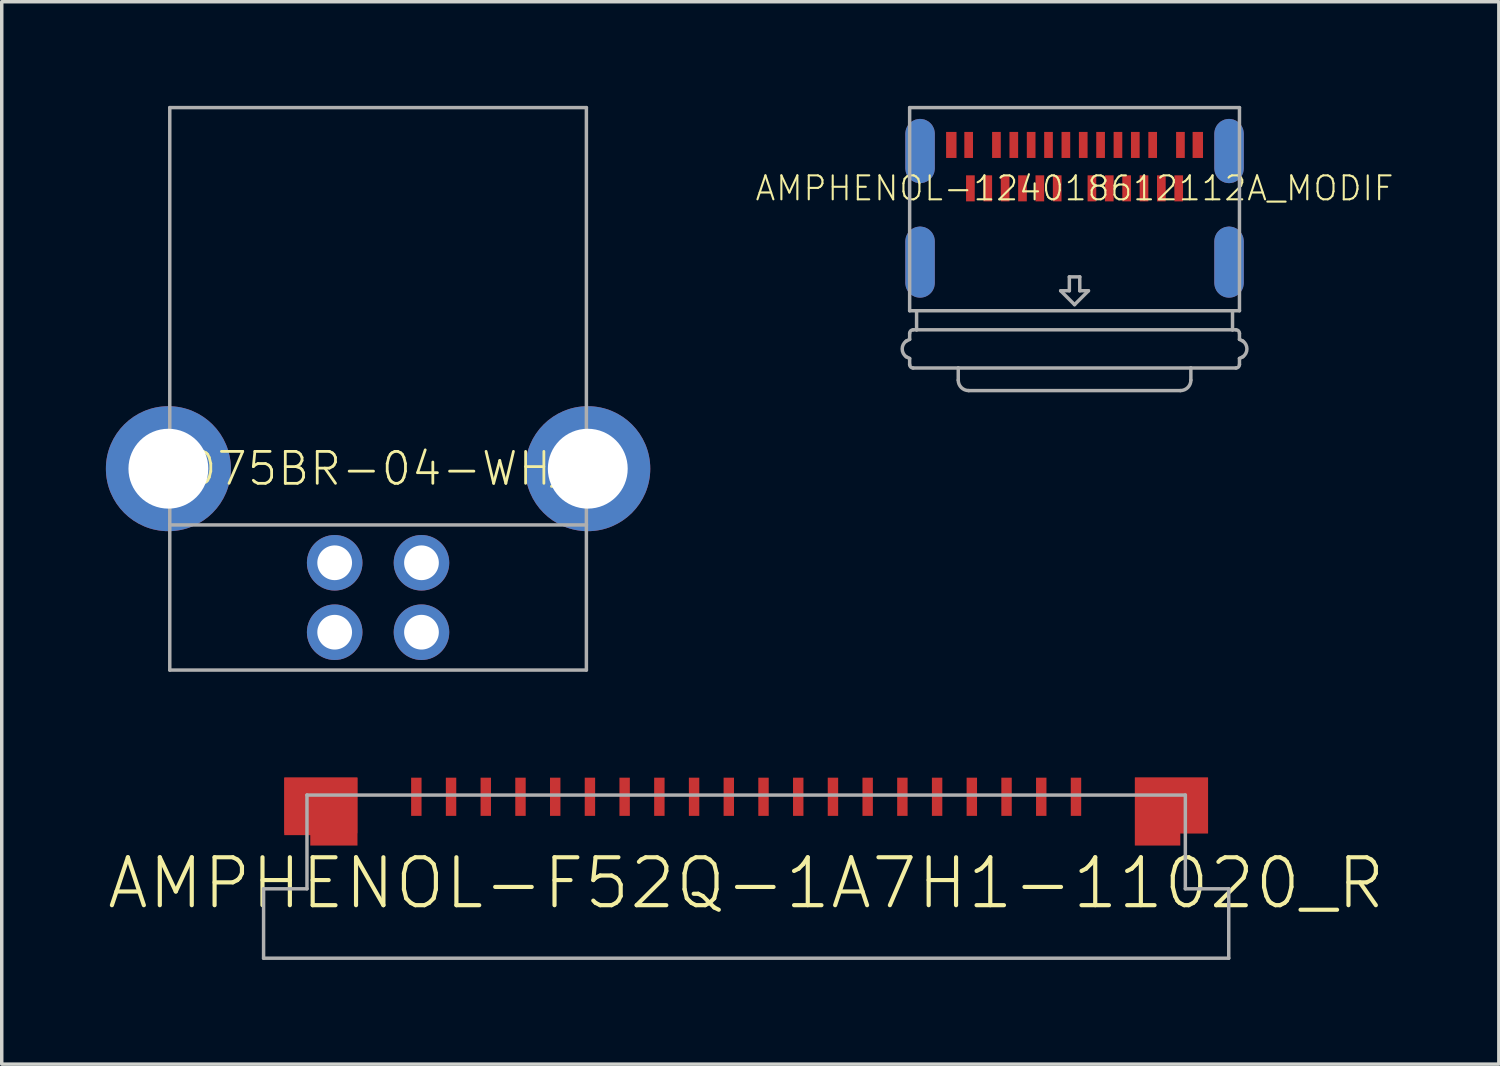
<source format=kicad_pcb>
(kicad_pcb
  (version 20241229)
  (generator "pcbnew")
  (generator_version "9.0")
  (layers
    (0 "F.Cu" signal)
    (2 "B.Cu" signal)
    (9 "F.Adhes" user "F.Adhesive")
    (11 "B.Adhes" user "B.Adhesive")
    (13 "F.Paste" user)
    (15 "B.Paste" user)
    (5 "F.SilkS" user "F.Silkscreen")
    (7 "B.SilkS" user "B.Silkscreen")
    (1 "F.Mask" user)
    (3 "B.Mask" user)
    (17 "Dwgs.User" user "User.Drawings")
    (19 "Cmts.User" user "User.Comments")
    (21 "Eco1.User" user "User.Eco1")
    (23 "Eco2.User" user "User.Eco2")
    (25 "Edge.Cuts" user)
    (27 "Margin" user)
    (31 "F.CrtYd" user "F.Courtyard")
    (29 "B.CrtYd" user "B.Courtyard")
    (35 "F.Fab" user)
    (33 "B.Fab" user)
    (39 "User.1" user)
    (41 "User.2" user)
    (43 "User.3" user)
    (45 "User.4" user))
  (footprint "AMPHENOL-F52Q-1A7H1-11020_R"
    (layer "F.Cu")
    (at 18.442 19.85)
    (property "Reference" "AMPHENOL-F52Q-1A7H1-11020_R" (at 0 2.54 0) (unlocked yes) (layer "F.SilkS") (effects (font (size 1.38 1.38) (thickness 0.12))))
    (fp_poly (pts (xy -11.195 1.455) (xy -12.555 1.455) (xy -12.555 1.155) (xy -13.305 1.155) (xy -13.305 -0.505) (xy -11.195 -0.505)) (stroke (width 0) (type default)) (fill yes) (layer "F.Cu"))
    (fp_poly (pts (xy 13.305 1.105) (xy 12.505 1.105) (xy 12.505 1.455) (xy 11.195 1.455) (xy 11.195 -0.505) (xy 13.305 -0.505)) (stroke (width 0) (type default)) (fill yes) (layer "F.Cu"))
    (fp_poly (pts (xy -11.15 1.5) (xy -12.6 1.5) (xy -12.6 1.2) (xy -13.35 1.2) (xy -13.35 -0.55) (xy -11.15 -0.55)) (stroke (width 0) (type default)) (fill yes) (layer "F.Mask"))
    (fp_poly (pts (xy 13.35 1.15) (xy 12.55 1.15) (xy 12.55 1.5) (xy 11.15 1.5) (xy 11.15 -0.55) (xy 13.35 -0.55)) (stroke (width 0) (type default)) (fill yes) (layer "F.Mask"))
    (fp_poly (pts (xy -11.195 1.455) (xy -12.555 1.455) (xy -12.555 1.155) (xy -13.305 1.155) (xy -13.305 -0.505) (xy -11.195 -0.505)) (stroke (width 0) (type default)) (fill yes) (layer "F.Paste"))
    (fp_poly (pts (xy 13.305 1.105) (xy 12.505 1.105) (xy 12.505 1.455) (xy 11.195 1.455) (xy 11.195 -0.505) (xy 13.305 -0.505)) (stroke (width 0) (type default)) (fill yes) (layer "F.Paste"))
    (fp_line (start -13.9 2.7) (end -13.9 4.7) (stroke (width 0.1) (type solid)) (layer "F.Fab"))
    (fp_line (start -13.9 2.7) (end -12.65 2.7) (stroke (width 0.1) (type solid)) (layer "F.Fab"))
    (fp_line (start -13.9 4.7) (end 13.9 4.7) (stroke (width 0.1) (type solid)) (layer "F.Fab"))
    (fp_line (start -12.65 0) (end -12.65 2.7) (stroke (width 0.1) (type solid)) (layer "F.Fab"))
    (fp_line (start -12.65 0) (end 12.65 0) (stroke (width 0.1) (type solid)) (layer "F.Fab"))
    (fp_line (start 12.65 2.7) (end 12.65 0) (stroke (width 0.1) (type solid)) (layer "F.Fab"))
    (fp_line (start 12.65 2.7) (end 13.9 2.7) (stroke (width 0.1) (type solid)) (layer "F.Fab"))
    (fp_line (start 13.9 4.7) (end 13.9 2.7) (stroke (width 0.1) (type solid)) (layer "F.Fab"))
    (pad "1" smd rect (at -9.5 0.05) (size 0.3 1.1) (layers "F.Cu" "F.Mask" "F.Paste"))
    (pad "2" smd rect (at -8.5 0.05) (size 0.3 1.1) (layers "F.Cu" "F.Mask" "F.Paste"))
    (pad "3" smd rect (at -7.5 0.05) (size 0.3 1.1) (layers "F.Cu" "F.Mask" "F.Paste"))
    (pad "4" smd rect (at -6.5 0.05) (size 0.3 1.1) (layers "F.Cu" "F.Mask" "F.Paste"))
    (pad "5" smd rect (at -5.5 0.05) (size 0.3 1.1) (layers "F.Cu" "F.Mask" "F.Paste"))
    (pad "6" smd rect (at -4.5 0.05) (size 0.3 1.1) (layers "F.Cu" "F.Mask" "F.Paste"))
    (pad "7" smd rect (at -3.5 0.05) (size 0.3 1.1) (layers "F.Cu" "F.Mask" "F.Paste"))
    (pad "8" smd rect (at -2.5 0.05) (size 0.3 1.1) (layers "F.Cu" "F.Mask" "F.Paste"))
    (pad "9" smd rect (at -1.5 0.05) (size 0.3 1.1) (layers "F.Cu" "F.Mask" "F.Paste"))
    (pad "10" smd rect (at -0.5 0.05) (size 0.3 1.1) (layers "F.Cu" "F.Mask" "F.Paste"))
    (pad "11" smd rect (at 0.5 0.05) (size 0.3 1.1) (layers "F.Cu" "F.Mask" "F.Paste"))
    (pad "12" smd rect (at 1.5 0.05) (size 0.3 1.1) (layers "F.Cu" "F.Mask" "F.Paste"))
    (pad "13" smd rect (at 2.5 0.05) (size 0.3 1.1) (layers "F.Cu" "F.Mask" "F.Paste"))
    (pad "14" smd rect (at 3.5 0.05) (size 0.3 1.1) (layers "F.Cu" "F.Mask" "F.Paste"))
    (pad "15" smd rect (at 4.5 0.05) (size 0.3 1.1) (layers "F.Cu" "F.Mask" "F.Paste"))
    (pad "16" smd rect (at 5.5 0.05) (size 0.3 1.1) (layers "F.Cu" "F.Mask" "F.Paste"))
    (pad "17" smd rect (at 6.5 0.05) (size 0.3 1.1) (layers "F.Cu" "F.Mask" "F.Paste"))
    (pad "18" smd rect (at 7.5 0.05) (size 0.3 1.1) (layers "F.Cu" "F.Mask" "F.Paste"))
    (pad "19" smd rect (at 8.5 0.05) (size 0.3 1.1) (layers "F.Cu" "F.Mask" "F.Paste"))
    (pad "20" smd rect (at 9.5 0.05) (size 0.3 1.1) (layers "F.Cu" "F.Mask" "F.Paste"))
    (pad "S1" smd rect (at -12.25 0.3) (size 2.1 1.6) (layers "F.Cu"))
    (pad "S2" smd rect (at 12.25 0.3) (size 2.1 1.6) (layers "F.Cu")))
  (footprint "5075BR-04-WH_T"
    (layer "F.Cu")
    (at 7.84 10.45)
    (property "Reference" "5075BR-04-WH_T" (at 0 0 0) (unlocked yes) (layer "F.SilkS") (effects (font (size 0.92 0.92) (thickness 0.08))))
    (fp_line (start -7 -0.5) (end -7 0.5) (stroke (width 0.1) (type solid)) (layer "F.Fab"))
    (fp_line (start -7 0.5) (end -6 1) (stroke (width 0.1) (type solid)) (layer "F.Fab"))
    (fp_line (start -6 -10.4) (end 6 -10.4) (stroke (width 0.1) (type solid)) (layer "F.Fab"))
    (fp_line (start -6 -1) (end -7 -0.5) (stroke (width 0.1) (type solid)) (layer "F.Fab"))
    (fp_line (start -6 -1) (end -6 -10.4) (stroke (width 0.1) (type solid)) (layer "F.Fab"))
    (fp_line (start -6 1) (end -6 -1) (stroke (width 0.1) (type solid)) (layer "F.Fab"))
    (fp_line (start -6 1.62) (end -6 1) (stroke (width 0.1) (type solid)) (layer "F.Fab"))
    (fp_line (start -6 1.62) (end 6 1.62) (stroke (width 0.1) (type solid)) (layer "F.Fab"))
    (fp_line (start -6 5.8) (end -6 1.62) (stroke (width 0.1) (type solid)) (layer "F.Fab"))
    (fp_line (start 6 -10.4) (end 6 -1) (stroke (width 0.1) (type solid)) (layer "F.Fab"))
    (fp_line (start 6 -1) (end 6 1) (stroke (width 0.1) (type solid)) (layer "F.Fab"))
    (fp_line (start 6 1) (end 6 1.62) (stroke (width 0.1) (type solid)) (layer "F.Fab"))
    (fp_line (start 6 1) (end 7 0.5) (stroke (width 0.1) (type solid)) (layer "F.Fab"))
    (fp_line (start 6 1.62) (end 6 5.8) (stroke (width 0.1) (type solid)) (layer "F.Fab"))
    (fp_line (start 6 5.8) (end -6 5.8) (stroke (width 0.1) (type solid)) (layer "F.Fab"))
    (fp_line (start 7 -0.5) (end 6 -1) (stroke (width 0.1) (type solid)) (layer "F.Fab"))
    (fp_line (start 7 0.5) (end 7 -0.5) (stroke (width 0.1) (type solid)) (layer "F.Fab"))
    (pad "1" thru_hole circle (at -1.25 4.71) (size 1.6 1.6) (drill 1) (layers "*.Cu" "*.Mask"))
    (pad "2" thru_hole circle (at 1.25 4.71) (size 1.6 1.6) (drill 1) (layers "*.Cu" "*.Mask"))
    (pad "3" thru_hole circle (at 1.25 2.71) (size 1.6 1.6) (drill 1) (layers "*.Cu" "*.Mask"))
    (pad "4" thru_hole circle (at -1.25 2.71) (size 1.6 1.6) (drill 1) (layers "*.Cu" "*.Mask"))
    (pad "S1" thru_hole circle (at -6.04 0) (size 3.6 3.6) (drill 2.3) (layers "*.Cu" "*.Mask"))
    (pad "S2" thru_hole circle (at 6.04 0) (size 3.6 3.6) (drill 2.3) (layers "*.Cu" "*.Mask")))
  (footprint "AMPHENOL-124018612112A_MODIF"
    (layer "F.Cu")
    (at 27.901 2.375)
    (property "Reference" "AMPHENOL-124018612112A_MODIF" (at 0 0 0) (unlocked yes) (layer "F.SilkS") (effects (font (size 0.69 0.69) (thickness 0.06))))
    (fp_line (start -4.45 -0.575) (end -4.45 -1.575) (stroke (width 0.95) (type solid)) (layer "F.Mask"))
    (fp_line (start -4.45 2.725) (end -4.45 1.525) (stroke (width 0.95) (type solid)) (layer "F.Mask"))
    (fp_line (start 4.45 -0.575) (end 4.45 -1.575) (stroke (width 0.95) (type solid)) (layer "F.Mask"))
    (fp_line (start 4.45 2.725) (end 4.45 1.525) (stroke (width 0.95) (type solid)) (layer "F.Mask"))
    (fp_poly (pts (xy -3.75 -0.825) (xy -3.35 -0.825) (xy -3.35 -1.675) (xy -3.75 -1.675)) (stroke (width 0) (type default)) (fill yes) (layer "F.Mask"))
    (fp_poly (pts (xy -3.225 -0.825) (xy -2.875 -0.825) (xy -2.875 -1.675) (xy -3.225 -1.675)) (stroke (width 0) (type default)) (fill yes) (layer "F.Mask"))
    (fp_poly (pts (xy -3.175 0.425) (xy -2.825 0.425) (xy -2.825 -0.425) (xy -3.175 -0.425)) (stroke (width 0) (type default)) (fill yes) (layer "F.Mask"))
    (fp_poly (pts (xy -2.675 0.425) (xy -2.325 0.425) (xy -2.325 -0.425) (xy -2.675 -0.425)) (stroke (width 0) (type default)) (fill yes) (layer "F.Mask"))
    (fp_poly (pts (xy -2.425 -0.825) (xy -2.075 -0.825) (xy -2.075 -1.675) (xy -2.425 -1.675)) (stroke (width 0) (type default)) (fill yes) (layer "F.Mask"))
    (fp_poly (pts (xy -2.175 0.425) (xy -1.825 0.425) (xy -1.825 -0.425) (xy -2.175 -0.425)) (stroke (width 0) (type default)) (fill yes) (layer "F.Mask"))
    (fp_poly (pts (xy -1.925 -0.825) (xy -1.575 -0.825) (xy -1.575 -1.675) (xy -1.925 -1.675)) (stroke (width 0) (type default)) (fill yes) (layer "F.Mask"))
    (fp_poly (pts (xy -1.675 0.425) (xy -1.325 0.425) (xy -1.325 -0.425) (xy -1.675 -0.425)) (stroke (width 0) (type default)) (fill yes) (layer "F.Mask"))
    (fp_poly (pts (xy -1.425 -0.825) (xy -1.075 -0.825) (xy -1.075 -1.675) (xy -1.425 -1.675)) (stroke (width 0) (type default)) (fill yes) (layer "F.Mask"))
    (fp_poly (pts (xy -1.175 0.425) (xy -0.825 0.425) (xy -0.825 -0.425) (xy -1.175 -0.425)) (stroke (width 0) (type default)) (fill yes) (layer "F.Mask"))
    (fp_poly (pts (xy -0.925 -0.825) (xy -0.575 -0.825) (xy -0.575 -1.675) (xy -0.925 -1.675)) (stroke (width 0) (type default)) (fill yes) (layer "F.Mask"))
    (fp_poly (pts (xy -0.675 0.425) (xy -0.325 0.425) (xy -0.325 -0.425) (xy -0.675 -0.425)) (stroke (width 0) (type default)) (fill yes) (layer "F.Mask"))
    (fp_poly (pts (xy -0.425 -0.825) (xy -0.075 -0.825) (xy -0.075 -1.675) (xy -0.425 -1.675)) (stroke (width 0) (type default)) (fill yes) (layer "F.Mask"))
    (fp_poly (pts (xy 0.075 -0.825) (xy 0.425 -0.825) (xy 0.425 -1.675) (xy 0.075 -1.675)) (stroke (width 0) (type default)) (fill yes) (layer "F.Mask"))
    (fp_poly (pts (xy 0.325 0.425) (xy 0.675 0.425) (xy 0.675 -0.425) (xy 0.325 -0.425)) (stroke (width 0) (type default)) (fill yes) (layer "F.Mask"))
    (fp_poly (pts (xy 0.575 -0.825) (xy 0.925 -0.825) (xy 0.925 -1.675) (xy 0.575 -1.675)) (stroke (width 0) (type default)) (fill yes) (layer "F.Mask"))
    (fp_poly (pts (xy 0.825 0.425) (xy 1.175 0.425) (xy 1.175 -0.425) (xy 0.825 -0.425)) (stroke (width 0) (type default)) (fill yes) (layer "F.Mask"))
    (fp_poly (pts (xy 1.075 -0.825) (xy 1.425 -0.825) (xy 1.425 -1.675) (xy 1.075 -1.675)) (stroke (width 0) (type default)) (fill yes) (layer "F.Mask"))
    (fp_poly (pts (xy 1.325 0.425) (xy 1.675 0.425) (xy 1.675 -0.425) (xy 1.325 -0.425)) (stroke (width 0) (type default)) (fill yes) (layer "F.Mask"))
    (fp_poly (pts (xy 1.575 -0.825) (xy 1.925 -0.825) (xy 1.925 -1.675) (xy 1.575 -1.675)) (stroke (width 0) (type default)) (fill yes) (layer "F.Mask"))
    (fp_poly (pts (xy 1.825 0.425) (xy 2.175 0.425) (xy 2.175 -0.425) (xy 1.825 -0.425)) (stroke (width 0) (type default)) (fill yes) (layer "F.Mask"))
    (fp_poly (pts (xy 2.075 -0.825) (xy 2.425 -0.825) (xy 2.425 -1.675) (xy 2.075 -1.675)) (stroke (width 0) (type default)) (fill yes) (layer "F.Mask"))
    (fp_poly (pts (xy 2.325 0.425) (xy 2.675 0.425) (xy 2.675 -0.425) (xy 2.325 -0.425)) (stroke (width 0) (type default)) (fill yes) (layer "F.Mask"))
    (fp_poly (pts (xy 2.825 0.425) (xy 3.175 0.425) (xy 3.175 -0.425) (xy 2.825 -0.425)) (stroke (width 0) (type default)) (fill yes) (layer "F.Mask"))
    (fp_poly (pts (xy 2.875 -0.825) (xy 3.225 -0.825) (xy 3.225 -1.675) (xy 2.875 -1.675)) (stroke (width 0) (type default)) (fill yes) (layer "F.Mask"))
    (fp_poly (pts (xy 3.35 -0.825) (xy 3.75 -0.825) (xy 3.75 -1.675) (xy 3.35 -1.675)) (stroke (width 0) (type default)) (fill yes) (layer "F.Mask"))
    (fp_line (start -4.45 -0.575) (end -4.45 -1.575) (stroke (width 0.85) (type solid)) (layer "B.Cu"))
    (fp_line (start -4.45 2.725) (end -4.45 1.525) (stroke (width 0.85) (type solid)) (layer "B.Cu"))
    (fp_line (start 4.45 -0.575) (end 4.45 -1.575) (stroke (width 0.85) (type solid)) (layer "B.Cu"))
    (fp_line (start 4.45 2.725) (end 4.45 1.525) (stroke (width 0.85) (type solid)) (layer "B.Cu"))
    (fp_line (start -4.45 -0.575) (end -4.45 -1.575) (stroke (width 0.95) (type solid)) (layer "B.Mask"))
    (fp_line (start -4.45 2.725) (end -4.45 1.525) (stroke (width 0.95) (type solid)) (layer "B.Mask"))
    (fp_line (start 4.45 -0.575) (end 4.45 -1.575) (stroke (width 0.95) (type solid)) (layer "B.Mask"))
    (fp_line (start 4.45 2.725) (end 4.45 1.525) (stroke (width 0.95) (type solid)) (layer "B.Mask"))
    (fp_line (start -4.85 4.4) (end -4.75 4.35) (stroke (width 0.1) (type solid)) (layer "F.Fab"))
    (fp_line (start -4.85 4.85) (end -4.75 4.9) (stroke (width 0.1) (type solid)) (layer "F.Fab"))
    (fp_line (start -4.75 -2.325) (end -4.75 3.525) (stroke (width 0.1) (type solid)) (layer "F.Fab"))
    (fp_line (start -4.75 -2.325) (end 4.75 -2.325) (stroke (width 0.1) (type solid)) (layer "F.Fab"))
    (fp_line (start -4.75 3.525) (end -4.55 3.525) (stroke (width 0.1) (type solid)) (layer "F.Fab"))
    (fp_line (start -4.75 4.175) (end -4.75 4.35) (stroke (width 0.1) (type solid)) (layer "F.Fab"))
    (fp_line (start -4.75 4.9) (end -4.75 5.075) (stroke (width 0.1) (type solid)) (layer "F.Fab"))
    (fp_line (start -4.65 4.075) (end -4.55 4.075) (stroke (width 0.1) (type solid)) (layer "F.Fab"))
    (fp_line (start -4.65 5.175) (end -3.35 5.175) (stroke (width 0.1) (type solid)) (layer "F.Fab"))
    (fp_line (start -4.55 3.525) (end -4.55 4.075) (stroke (width 0.1) (type solid)) (layer "F.Fab"))
    (fp_line (start -4.55 3.525) (end 4.75 3.525) (stroke (width 0.1) (type solid)) (layer "F.Fab"))
    (fp_line (start -4.55 4.075) (end 4.55 4.075) (stroke (width 0.1) (type solid)) (layer "F.Fab"))
    (fp_line (start -3.35 5.175) (end -3.35 5.525) (stroke (width 0.1) (type solid)) (layer "F.Fab"))
    (fp_line (start -3.35 5.175) (end 3.35 5.175) (stroke (width 0.1) (type solid)) (layer "F.Fab"))
    (fp_line (start -3.05 5.825) (end 3.05 5.825) (stroke (width 0.1) (type solid)) (layer "F.Fab"))
    (fp_line (start -0.15 2.55) (end -0.15 2.95) (stroke (width 0.1) (type solid)) (layer "F.Fab"))
    (fp_line (start -0.15 2.95) (end -0.4 2.95) (stroke (width 0.1) (type solid)) (layer "F.Fab"))
    (fp_line (start 0 3.35) (end -0.4 2.95) (stroke (width 0.1) (type solid)) (layer "F.Fab"))
    (fp_line (start 0 3.35) (end 0.4 2.95) (stroke (width 0.1) (type solid)) (layer "F.Fab"))
    (fp_line (start 0.15 2.55) (end -0.15 2.55) (stroke (width 0.1) (type solid)) (layer "F.Fab"))
    (fp_line (start 0.15 2.95) (end 0.15 2.55) (stroke (width 0.1) (type solid)) (layer "F.Fab"))
    (fp_line (start 0.4 2.95) (end 0.15 2.95) (stroke (width 0.1) (type solid)) (layer "F.Fab"))
    (fp_line (start 3.35 5.175) (end 3.35 5.525) (stroke (width 0.1) (type solid)) (layer "F.Fab"))
    (fp_line (start 3.35 5.175) (end 4.65 5.175) (stroke (width 0.1) (type solid)) (layer "F.Fab"))
    (fp_line (start 4.55 3.525) (end 4.55 4.075) (stroke (width 0.1) (type solid)) (layer "F.Fab"))
    (fp_line (start 4.65 4.075) (end 4.55 4.075) (stroke (width 0.1) (type solid)) (layer "F.Fab"))
    (fp_line (start 4.75 -2.325) (end 4.75 3.525) (stroke (width 0.1) (type solid)) (layer "F.Fab"))
    (fp_line (start 4.75 4.175) (end 4.75 4.35) (stroke (width 0.1) (type solid)) (layer "F.Fab"))
    (fp_line (start 4.75 4.9) (end 4.75 5.075) (stroke (width 0.1) (type solid)) (layer "F.Fab"))
    (fp_line (start 4.85 4.4) (end 4.75 4.35) (stroke (width 0.1) (type solid)) (layer "F.Fab"))
    (fp_line (start 4.85 4.85) (end 4.75 4.9) (stroke (width 0.1) (type solid)) (layer "F.Fab"))
    (fp_arc (start -4.85 4.85) (mid -4.964577 4.624999) (end -4.849999 4.399999) (stroke (width 0.1) (type solid)) (layer "F.Fab"))
    (fp_arc (start -4.75 4.175) (mid -4.720711 4.104289) (end -4.65 4.075) (stroke (width 0.1) (type solid)) (layer "F.Fab"))
    (fp_arc (start -4.65 5.175) (mid -4.720711 5.145711) (end -4.75 5.075) (stroke (width 0.1) (type solid)) (layer "F.Fab"))
    (fp_arc (start -3.05 5.825) (mid -3.262132 5.737132) (end -3.35 5.525) (stroke (width 0.1) (type solid)) (layer "F.Fab"))
    (fp_arc (start 3.35 5.525) (mid 3.262132 5.737132) (end 3.05 5.825) (stroke (width 0.1) (type solid)) (layer "F.Fab"))
    (fp_arc (start 4.65 4.075) (mid 4.720711 4.104289) (end 4.75 4.175) (stroke (width 0.1) (type solid)) (layer "F.Fab"))
    (fp_arc (start 4.75 5.075) (mid 4.720711 5.145711) (end 4.65 5.175) (stroke (width 0.1) (type solid)) (layer "F.Fab"))
    (fp_arc (start 4.849999 4.399999) (mid 4.964578 4.624999) (end 4.85 4.85) (stroke (width 0.1) (type solid)) (layer "F.Fab"))
    (pad "A1" smd rect (at -3.05 -1.25) (size 0.25 0.75) (layers "F.Cu" "F.Paste"))
    (pad "A2" smd rect (at -2.25 -1.25) (size 0.25 0.75) (layers "F.Cu" "F.Paste"))
    (pad "A3" smd rect (at -1.75 -1.25) (size 0.25 0.75) (layers "F.Cu" "F.Paste"))
    (pad "A4" smd rect (at -1.25 -1.25) (size 0.25 0.75) (layers "F.Cu" "F.Paste"))
    (pad "A5" smd rect (at -0.75 -1.25) (size 0.25 0.75) (layers "F.Cu" "F.Paste"))
    (pad "A6" smd rect (at -0.25 -1.25) (size 0.25 0.75) (layers "F.Cu" "F.Paste"))
    (pad "A7" smd rect (at 0.25 -1.25) (size 0.25 0.75) (layers "F.Cu" "F.Paste"))
    (pad "A8" smd rect (at 0.75 -1.25) (size 0.25 0.75) (layers "F.Cu" "F.Paste"))
    (pad "A9" smd rect (at 1.25 -1.25) (size 0.25 0.75) (layers "F.Cu" "F.Paste"))
    (pad "A10" smd rect (at 1.75 -1.25) (size 0.25 0.75) (layers "F.Cu" "F.Paste"))
    (pad "A11" smd rect (at 2.25 -1.25) (size 0.25 0.75) (layers "F.Cu" "F.Paste"))
    (pad "A12" smd rect (at 3.05 -1.25) (size 0.25 0.75) (layers "F.Cu" "F.Paste"))
    (pad "B1" smd rect (at 3 0) (size 0.25 0.75) (layers "F.Cu" "F.Paste"))
    (pad "B2" smd rect (at 2.5 0) (size 0.25 0.75) (layers "F.Cu" "F.Paste"))
    (pad "B3" smd rect (at 2 0) (size 0.25 0.75) (layers "F.Cu" "F.Paste"))
    (pad "B4" smd rect (at 1.5 0) (size 0.25 0.75) (layers "F.Cu" "F.Paste"))
    (pad "B5" smd rect (at 1 0) (size 0.25 0.75) (layers "F.Cu" "F.Paste"))
    (pad "B6" smd rect (at 0.5 0) (size 0.25 0.75) (layers "F.Cu" "F.Paste"))
    (pad "B7" smd rect (at -0.5 0) (size 0.25 0.75) (layers "F.Cu" "F.Paste"))
    (pad "B8" smd rect (at -1 0) (size 0.25 0.75) (layers "F.Cu" "F.Paste"))
    (pad "B9" smd rect (at -1.5 0) (size 0.25 0.75) (layers "F.Cu" "F.Paste"))
    (pad "B10" smd rect (at -2 0) (size 0.25 0.75) (layers "F.Cu" "F.Paste"))
    (pad "B11" smd rect (at -2.5 0) (size 0.25 0.75) (layers "F.Cu" "F.Paste"))
    (pad "B12" smd rect (at -3 0) (size 0.25 0.75) (layers "F.Cu" "F.Paste"))
    (pad "S1" smd rect (at -3.55 -1.25) (size 0.3 0.75) (layers "F.Cu" "F.Paste"))
    (pad "S2" smd rect (at 3.55 -1.25) (size 0.3 0.75) (layers "F.Cu" "F.Paste"))
    (pad "S3" smd roundrect (at -4.45 -1.075 90) (size 1.85 0.85) (layers "F.Cu" "F.Paste") (roundrect_rratio 0.5))
    (pad "S4" smd roundrect (at 4.45 -1.075 90) (size 1.85 0.85) (layers "F.Cu" "F.Paste") (roundrect_rratio 0.5))
    (pad "S5" smd roundrect (at -4.45 2.125 90) (size 2.05 0.85) (layers "F.Cu" "F.Paste") (roundrect_rratio 0.5))
    (pad "S6" smd roundrect (at 4.45 2.125 90) (size 2.05 0.85) (layers "F.Cu" "F.Paste") (roundrect_rratio 0.5)))
  (gr_rect
    (start -3 -3)
    (end 40.122 27.6)
    (stroke (width 0.1) (type default))
    (fill no)
    (layer "Edge.Cuts")))
</source>
